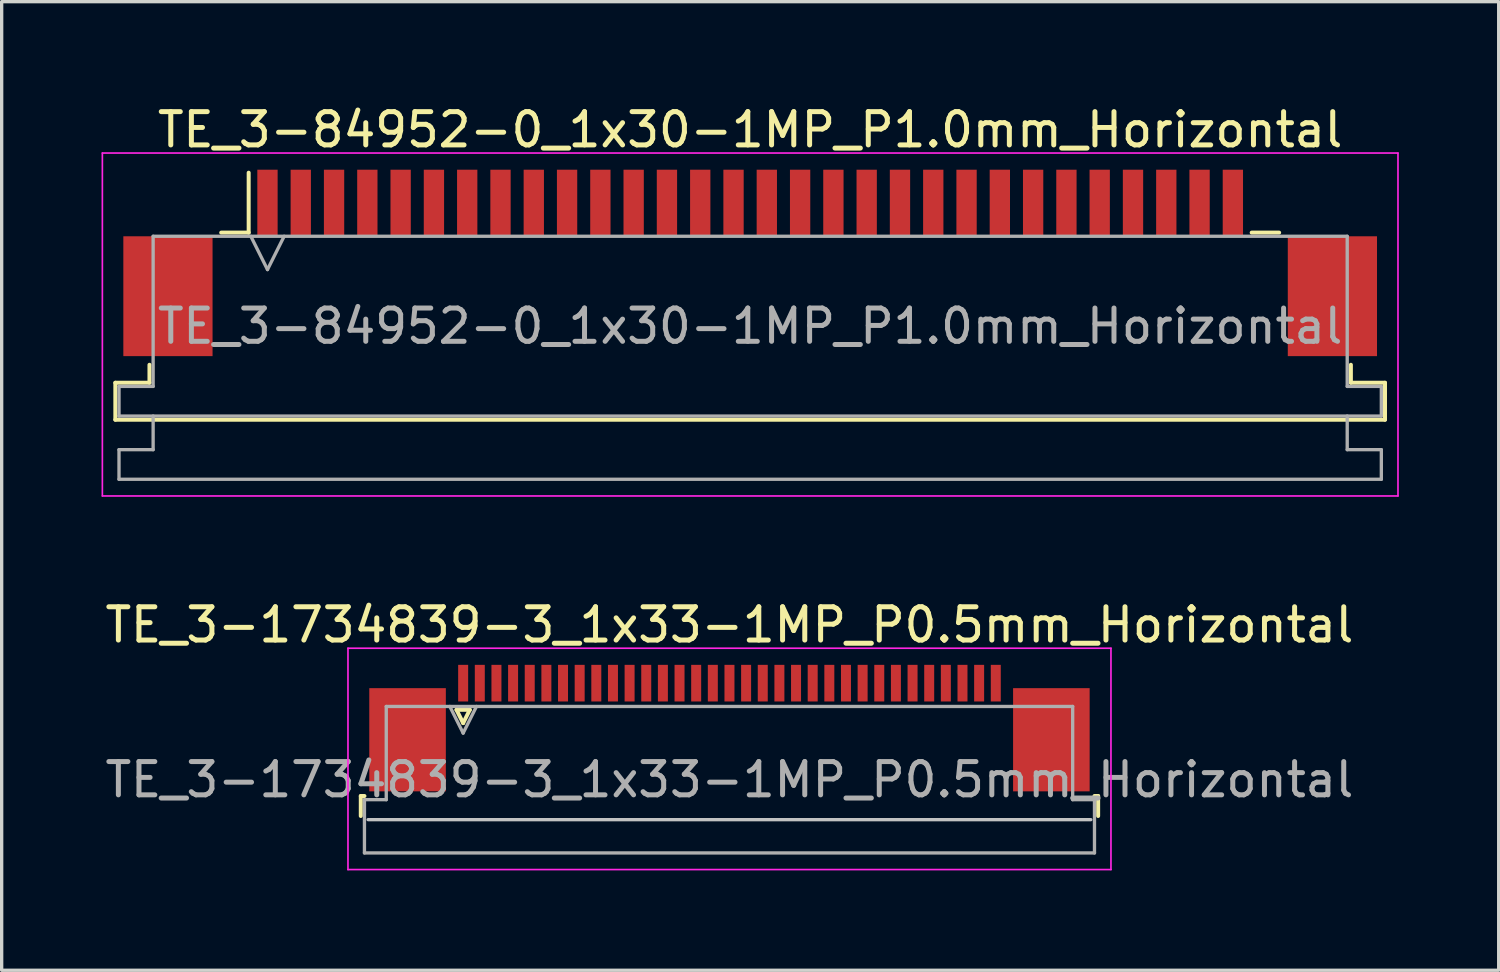
<source format=kicad_pcb>
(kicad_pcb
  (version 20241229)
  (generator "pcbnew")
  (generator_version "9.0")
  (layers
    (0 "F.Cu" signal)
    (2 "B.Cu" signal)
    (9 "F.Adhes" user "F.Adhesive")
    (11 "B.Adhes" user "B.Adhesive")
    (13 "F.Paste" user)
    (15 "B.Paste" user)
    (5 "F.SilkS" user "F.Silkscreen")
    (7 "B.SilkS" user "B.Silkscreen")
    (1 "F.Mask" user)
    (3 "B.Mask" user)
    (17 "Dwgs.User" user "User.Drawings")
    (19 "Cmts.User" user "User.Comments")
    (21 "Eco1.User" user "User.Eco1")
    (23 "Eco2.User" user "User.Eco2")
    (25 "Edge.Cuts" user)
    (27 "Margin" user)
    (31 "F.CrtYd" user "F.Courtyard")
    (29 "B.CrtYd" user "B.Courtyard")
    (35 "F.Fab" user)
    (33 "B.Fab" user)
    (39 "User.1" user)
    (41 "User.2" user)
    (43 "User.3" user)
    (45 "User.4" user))
  (footprint "TE_3-1734839-3_1x33-1MP_P0.5mm_Horizontal"
    (layer "F.Cu")
    (at 18.863 18.822)
    (property "Reference" "TE_3-1734839-3_1x33-1MP_P0.5mm_Horizontal" (at 0 -3.1 0) (layer "F.SilkS") (effects (font (size 1 1) (thickness 0.15))))
    (attr smd)
    (fp_line (start -11.075 2.04) (end -11.075 2.64) (stroke (width 0.12) (type solid)) (layer "F.SilkS"))
    (fp_line (start -10.965 2.04) (end -11.075 2.04) (stroke (width 0.12) (type solid)) (layer "F.SilkS"))
    (fp_line (start -8.2 -0.55) (end -8 -0.15) (stroke (width 0.12) (type solid)) (layer "F.SilkS"))
    (fp_line (start -8 -0.15) (end -7.8 -0.55) (stroke (width 0.12) (type solid)) (layer "F.SilkS"))
    (fp_line (start -7.8 -0.55) (end -8.2 -0.55) (stroke (width 0.12) (type solid)) (layer "F.SilkS"))
    (fp_line (start 10.965 2.04) (end 11.075 2.04) (stroke (width 0.12) (type solid)) (layer "F.SilkS"))
    (fp_line (start 11.075 2.04) (end 11.075 2.64) (stroke (width 0.12) (type solid)) (layer "F.SilkS"))
    (fp_line (start 10.855 2.75) (end -10.855 2.75) (stroke (width 0.1) (type solid)) (layer "Dwgs.User"))
    (fp_line (start -11.46 -2.4) (end -11.46 4.25) (stroke (width 0.05) (type solid)) (layer "F.CrtYd"))
    (fp_line (start -11.46 4.25) (end 11.46 4.25) (stroke (width 0.05) (type solid)) (layer "F.CrtYd"))
    (fp_line (start 11.46 -2.4) (end -11.46 -2.4) (stroke (width 0.05) (type solid)) (layer "F.CrtYd"))
    (fp_line (start 11.46 4.25) (end 11.46 -2.4) (stroke (width 0.05) (type solid)) (layer "F.CrtYd"))
    (fp_line (start -10.965 2.15) (end -10.31 2.15) (stroke (width 0.1) (type solid)) (layer "F.Fab"))
    (fp_line (start -10.965 3.75) (end -10.965 2.15) (stroke (width 0.1) (type solid)) (layer "F.Fab"))
    (fp_line (start -10.31 -0.65) (end 10.31 -0.65) (stroke (width 0.1) (type solid)) (layer "F.Fab"))
    (fp_line (start -10.31 2.15) (end -10.31 -0.65) (stroke (width 0.1) (type solid)) (layer "F.Fab"))
    (fp_line (start -8.4 -0.65) (end -8 0.15) (stroke (width 0.1) (type solid)) (layer "F.Fab"))
    (fp_line (start -8 0.15) (end -7.6 -0.65) (stroke (width 0.1) (type solid)) (layer "F.Fab"))
    (fp_line (start 10.31 -0.65) (end 10.31 2.15) (stroke (width 0.1) (type solid)) (layer "F.Fab"))
    (fp_line (start 10.31 2.15) (end 10.965 2.15) (stroke (width 0.1) (type solid)) (layer "F.Fab"))
    (fp_line (start 10.965 2.15) (end 10.965 3.75) (stroke (width 0.1) (type solid)) (layer "F.Fab"))
    (fp_line (start 10.965 3.75) (end -10.965 3.75) (stroke (width 0.1) (type solid)) (layer "F.Fab"))
    (fp_text user "${REFERENCE}" (at 0 1.55 0) (layer "F.Fab") (effects (font (size 1 1) (thickness 0.15))))
    (pad "1" smd rect (at -8 -1.35) (size 0.3 1.1) (layers "F.Cu" "F.Mask" "F.Paste"))
    (pad "2" smd rect (at -7.5 -1.35) (size 0.3 1.1) (layers "F.Cu" "F.Mask" "F.Paste"))
    (pad "3" smd rect (at -7 -1.35) (size 0.3 1.1) (layers "F.Cu" "F.Mask" "F.Paste"))
    (pad "4" smd rect (at -6.5 -1.35) (size 0.3 1.1) (layers "F.Cu" "F.Mask" "F.Paste"))
    (pad "5" smd rect (at -6 -1.35) (size 0.3 1.1) (layers "F.Cu" "F.Mask" "F.Paste"))
    (pad "6" smd rect (at -5.5 -1.35) (size 0.3 1.1) (layers "F.Cu" "F.Mask" "F.Paste"))
    (pad "7" smd rect (at -5 -1.35) (size 0.3 1.1) (layers "F.Cu" "F.Mask" "F.Paste"))
    (pad "8" smd rect (at -4.5 -1.35) (size 0.3 1.1) (layers "F.Cu" "F.Mask" "F.Paste"))
    (pad "9" smd rect (at -4 -1.35) (size 0.3 1.1) (layers "F.Cu" "F.Mask" "F.Paste"))
    (pad "10" smd rect (at -3.5 -1.35) (size 0.3 1.1) (layers "F.Cu" "F.Mask" "F.Paste"))
    (pad "11" smd rect (at -3 -1.35) (size 0.3 1.1) (layers "F.Cu" "F.Mask" "F.Paste"))
    (pad "12" smd rect (at -2.5 -1.35) (size 0.3 1.1) (layers "F.Cu" "F.Mask" "F.Paste"))
    (pad "13" smd rect (at -2 -1.35) (size 0.3 1.1) (layers "F.Cu" "F.Mask" "F.Paste"))
    (pad "14" smd rect (at -1.5 -1.35) (size 0.3 1.1) (layers "F.Cu" "F.Mask" "F.Paste"))
    (pad "15" smd rect (at -1 -1.35) (size 0.3 1.1) (layers "F.Cu" "F.Mask" "F.Paste"))
    (pad "16" smd rect (at -0.5 -1.35) (size 0.3 1.1) (layers "F.Cu" "F.Mask" "F.Paste"))
    (pad "17" smd rect (at 0 -1.35) (size 0.3 1.1) (layers "F.Cu" "F.Mask" "F.Paste"))
    (pad "18" smd rect (at 0.5 -1.35) (size 0.3 1.1) (layers "F.Cu" "F.Mask" "F.Paste"))
    (pad "19" smd rect (at 1 -1.35) (size 0.3 1.1) (layers "F.Cu" "F.Mask" "F.Paste"))
    (pad "20" smd rect (at 1.5 -1.35) (size 0.3 1.1) (layers "F.Cu" "F.Mask" "F.Paste"))
    (pad "21" smd rect (at 2 -1.35) (size 0.3 1.1) (layers "F.Cu" "F.Mask" "F.Paste"))
    (pad "22" smd rect (at 2.5 -1.35) (size 0.3 1.1) (layers "F.Cu" "F.Mask" "F.Paste"))
    (pad "23" smd rect (at 3 -1.35) (size 0.3 1.1) (layers "F.Cu" "F.Mask" "F.Paste"))
    (pad "24" smd rect (at 3.5 -1.35) (size 0.3 1.1) (layers "F.Cu" "F.Mask" "F.Paste"))
    (pad "25" smd rect (at 4 -1.35) (size 0.3 1.1) (layers "F.Cu" "F.Mask" "F.Paste"))
    (pad "26" smd rect (at 4.5 -1.35) (size 0.3 1.1) (layers "F.Cu" "F.Mask" "F.Paste"))
    (pad "27" smd rect (at 5 -1.35) (size 0.3 1.1) (layers "F.Cu" "F.Mask" "F.Paste"))
    (pad "28" smd rect (at 5.5 -1.35) (size 0.3 1.1) (layers "F.Cu" "F.Mask" "F.Paste"))
    (pad "29" smd rect (at 6 -1.35) (size 0.3 1.1) (layers "F.Cu" "F.Mask" "F.Paste"))
    (pad "30" smd rect (at 6.5 -1.35) (size 0.3 1.1) (layers "F.Cu" "F.Mask" "F.Paste"))
    (pad "31" smd rect (at 7 -1.35) (size 0.3 1.1) (layers "F.Cu" "F.Mask" "F.Paste"))
    (pad "32" smd rect (at 7.5 -1.35) (size 0.3 1.1) (layers "F.Cu" "F.Mask" "F.Paste"))
    (pad "33" smd rect (at 8 -1.35) (size 0.3 1.1) (layers "F.Cu" "F.Mask" "F.Paste"))
    (pad "MP" smd rect (at -9.67 0.35) (size 2.3 3.1) (layers "F.Cu" "F.Mask" "F.Paste"))
    (pad "MP" smd rect (at 9.67 0.35) (size 2.3 3.1) (layers "F.Cu" "F.Mask" "F.Paste")))
  (footprint "TE_3-84952-0_1x30-1MP_P1.0mm_Horizontal"
    (layer "F.Cu")
    (at 19.485 4.848)
    (property "Reference" "TE_3-84952-0_1x30-1MP_P1.0mm_Horizontal" (at 0 -4 0) (layer "F.SilkS") (effects (font (size 1 1) (thickness 0.15))))
    (attr smd)
    (fp_line (start -19.07 3.6) (end -18.045 3.6) (stroke (width 0.12) (type solid)) (layer "F.SilkS"))
    (fp_line (start -19.07 4.71) (end -19.07 3.6) (stroke (width 0.12) (type solid)) (layer "F.SilkS"))
    (fp_line (start -18.045 3.6) (end -18.045 3.06) (stroke (width 0.12) (type solid)) (layer "F.SilkS"))
    (fp_line (start -15.89 -0.91) (end -15.065 -0.91) (stroke (width 0.12) (type solid)) (layer "F.SilkS"))
    (fp_line (start -15.065 -0.91) (end -15.065 -2.71) (stroke (width 0.12) (type solid)) (layer "F.SilkS"))
    (fp_line (start 15.065 -0.91) (end 15.89 -0.91) (stroke (width 0.12) (type solid)) (layer "F.SilkS"))
    (fp_line (start 18.045 3.06) (end 18.045 3.6) (stroke (width 0.12) (type solid)) (layer "F.SilkS"))
    (fp_line (start 18.045 3.6) (end 19.07 3.6) (stroke (width 0.12) (type solid)) (layer "F.SilkS"))
    (fp_line (start 19.07 3.6) (end 19.07 4.71) (stroke (width 0.12) (type solid)) (layer "F.SilkS"))
    (fp_line (start 19.07 4.71) (end -19.07 4.71) (stroke (width 0.12) (type solid)) (layer "F.SilkS"))
    (fp_line (start -19.46 -3.3) (end -19.46 7) (stroke (width 0.05) (type solid)) (layer "F.CrtYd"))
    (fp_line (start -19.46 7) (end 19.46 7) (stroke (width 0.05) (type solid)) (layer "F.CrtYd"))
    (fp_line (start 19.46 -3.3) (end -19.46 -3.3) (stroke (width 0.05) (type solid)) (layer "F.CrtYd"))
    (fp_line (start 19.46 7) (end 19.46 -3.3) (stroke (width 0.05) (type solid)) (layer "F.CrtYd"))
    (fp_line (start -18.96 3.71) (end -17.935 3.71) (stroke (width 0.1) (type solid)) (layer "F.Fab"))
    (fp_line (start -18.96 4.6) (end -18.96 3.71) (stroke (width 0.1) (type solid)) (layer "F.Fab"))
    (fp_line (start -18.96 5.61) (end -17.935 5.61) (stroke (width 0.1) (type solid)) (layer "F.Fab"))
    (fp_line (start -18.96 6.5) (end -18.96 5.61) (stroke (width 0.1) (type solid)) (layer "F.Fab"))
    (fp_line (start -17.935 -0.8) (end 17.935 -0.8) (stroke (width 0.1) (type solid)) (layer "F.Fab"))
    (fp_line (start -17.935 3.71) (end -17.935 -0.8) (stroke (width 0.1) (type solid)) (layer "F.Fab"))
    (fp_line (start -17.935 5.61) (end -17.935 4.6) (stroke (width 0.1) (type solid)) (layer "F.Fab"))
    (fp_line (start -15 -0.8) (end -14.5 0.2) (stroke (width 0.1) (type solid)) (layer "F.Fab"))
    (fp_line (start -14.5 0.2) (end -14 -0.8) (stroke (width 0.1) (type solid)) (layer "F.Fab"))
    (fp_line (start 17.935 -0.8) (end 17.935 3.71) (stroke (width 0.1) (type solid)) (layer "F.Fab"))
    (fp_line (start 17.935 3.71) (end 18.96 3.71) (stroke (width 0.1) (type solid)) (layer "F.Fab"))
    (fp_line (start 17.935 4.6) (end 17.935 5.61) (stroke (width 0.1) (type solid)) (layer "F.Fab"))
    (fp_line (start 17.935 5.61) (end 18.96 5.61) (stroke (width 0.1) (type solid)) (layer "F.Fab"))
    (fp_line (start 18.96 3.71) (end 18.96 4.6) (stroke (width 0.1) (type solid)) (layer "F.Fab"))
    (fp_line (start 18.96 4.6) (end -18.96 4.6) (stroke (width 0.1) (type solid)) (layer "F.Fab"))
    (fp_line (start 18.96 5.61) (end 18.96 6.5) (stroke (width 0.1) (type solid)) (layer "F.Fab"))
    (fp_line (start 18.96 6.5) (end -18.96 6.5) (stroke (width 0.1) (type solid)) (layer "F.Fab"))
    (fp_text user "${REFERENCE}" (at 0 1.9 0) (layer "F.Fab") (effects (font (size 1 1) (thickness 0.15))))
    (pad "1" smd rect (at -14.5 -1.8) (size 0.61 2) (layers "F.Cu" "F.Mask" "F.Paste"))
    (pad "2" smd rect (at -13.5 -1.8) (size 0.61 2) (layers "F.Cu" "F.Mask" "F.Paste"))
    (pad "3" smd rect (at -12.5 -1.8) (size 0.61 2) (layers "F.Cu" "F.Mask" "F.Paste"))
    (pad "4" smd rect (at -11.5 -1.8) (size 0.61 2) (layers "F.Cu" "F.Mask" "F.Paste"))
    (pad "5" smd rect (at -10.5 -1.8) (size 0.61 2) (layers "F.Cu" "F.Mask" "F.Paste"))
    (pad "6" smd rect (at -9.5 -1.8) (size 0.61 2) (layers "F.Cu" "F.Mask" "F.Paste"))
    (pad "7" smd rect (at -8.5 -1.8) (size 0.61 2) (layers "F.Cu" "F.Mask" "F.Paste"))
    (pad "8" smd rect (at -7.5 -1.8) (size 0.61 2) (layers "F.Cu" "F.Mask" "F.Paste"))
    (pad "9" smd rect (at -6.5 -1.8) (size 0.61 2) (layers "F.Cu" "F.Mask" "F.Paste"))
    (pad "10" smd rect (at -5.5 -1.8) (size 0.61 2) (layers "F.Cu" "F.Mask" "F.Paste"))
    (pad "11" smd rect (at -4.5 -1.8) (size 0.61 2) (layers "F.Cu" "F.Mask" "F.Paste"))
    (pad "12" smd rect (at -3.5 -1.8) (size 0.61 2) (layers "F.Cu" "F.Mask" "F.Paste"))
    (pad "13" smd rect (at -2.5 -1.8) (size 0.61 2) (layers "F.Cu" "F.Mask" "F.Paste"))
    (pad "14" smd rect (at -1.5 -1.8) (size 0.61 2) (layers "F.Cu" "F.Mask" "F.Paste"))
    (pad "15" smd rect (at -0.5 -1.8) (size 0.61 2) (layers "F.Cu" "F.Mask" "F.Paste"))
    (pad "16" smd rect (at 0.5 -1.8) (size 0.61 2) (layers "F.Cu" "F.Mask" "F.Paste"))
    (pad "17" smd rect (at 1.5 -1.8) (size 0.61 2) (layers "F.Cu" "F.Mask" "F.Paste"))
    (pad "18" smd rect (at 2.5 -1.8) (size 0.61 2) (layers "F.Cu" "F.Mask" "F.Paste"))
    (pad "19" smd rect (at 3.5 -1.8) (size 0.61 2) (layers "F.Cu" "F.Mask" "F.Paste"))
    (pad "20" smd rect (at 4.5 -1.8) (size 0.61 2) (layers "F.Cu" "F.Mask" "F.Paste"))
    (pad "21" smd rect (at 5.5 -1.8) (size 0.61 2) (layers "F.Cu" "F.Mask" "F.Paste"))
    (pad "22" smd rect (at 6.5 -1.8) (size 0.61 2) (layers "F.Cu" "F.Mask" "F.Paste"))
    (pad "23" smd rect (at 7.5 -1.8) (size 0.61 2) (layers "F.Cu" "F.Mask" "F.Paste"))
    (pad "24" smd rect (at 8.5 -1.8) (size 0.61 2) (layers "F.Cu" "F.Mask" "F.Paste"))
    (pad "25" smd rect (at 9.5 -1.8) (size 0.61 2) (layers "F.Cu" "F.Mask" "F.Paste"))
    (pad "26" smd rect (at 10.5 -1.8) (size 0.61 2) (layers "F.Cu" "F.Mask" "F.Paste"))
    (pad "27" smd rect (at 11.5 -1.8) (size 0.61 2) (layers "F.Cu" "F.Mask" "F.Paste"))
    (pad "28" smd rect (at 12.5 -1.8) (size 0.61 2) (layers "F.Cu" "F.Mask" "F.Paste"))
    (pad "29" smd rect (at 13.5 -1.8) (size 0.61 2) (layers "F.Cu" "F.Mask" "F.Paste"))
    (pad "30" smd rect (at 14.5 -1.8) (size 0.61 2) (layers "F.Cu" "F.Mask" "F.Paste"))
    (pad "MP" smd rect (at -17.49 1) (size 2.68 3.6) (layers "F.Cu" "F.Mask" "F.Paste"))
    (pad "MP" smd rect (at 17.49 1) (size 2.68 3.6) (layers "F.Cu" "F.Mask" "F.Paste")))
  (gr_rect
    (start -3 -3)
    (end 41.97 26.096)
    (stroke (width 0.1) (type default))
    (fill no)
    (layer "Edge.Cuts")))
</source>
